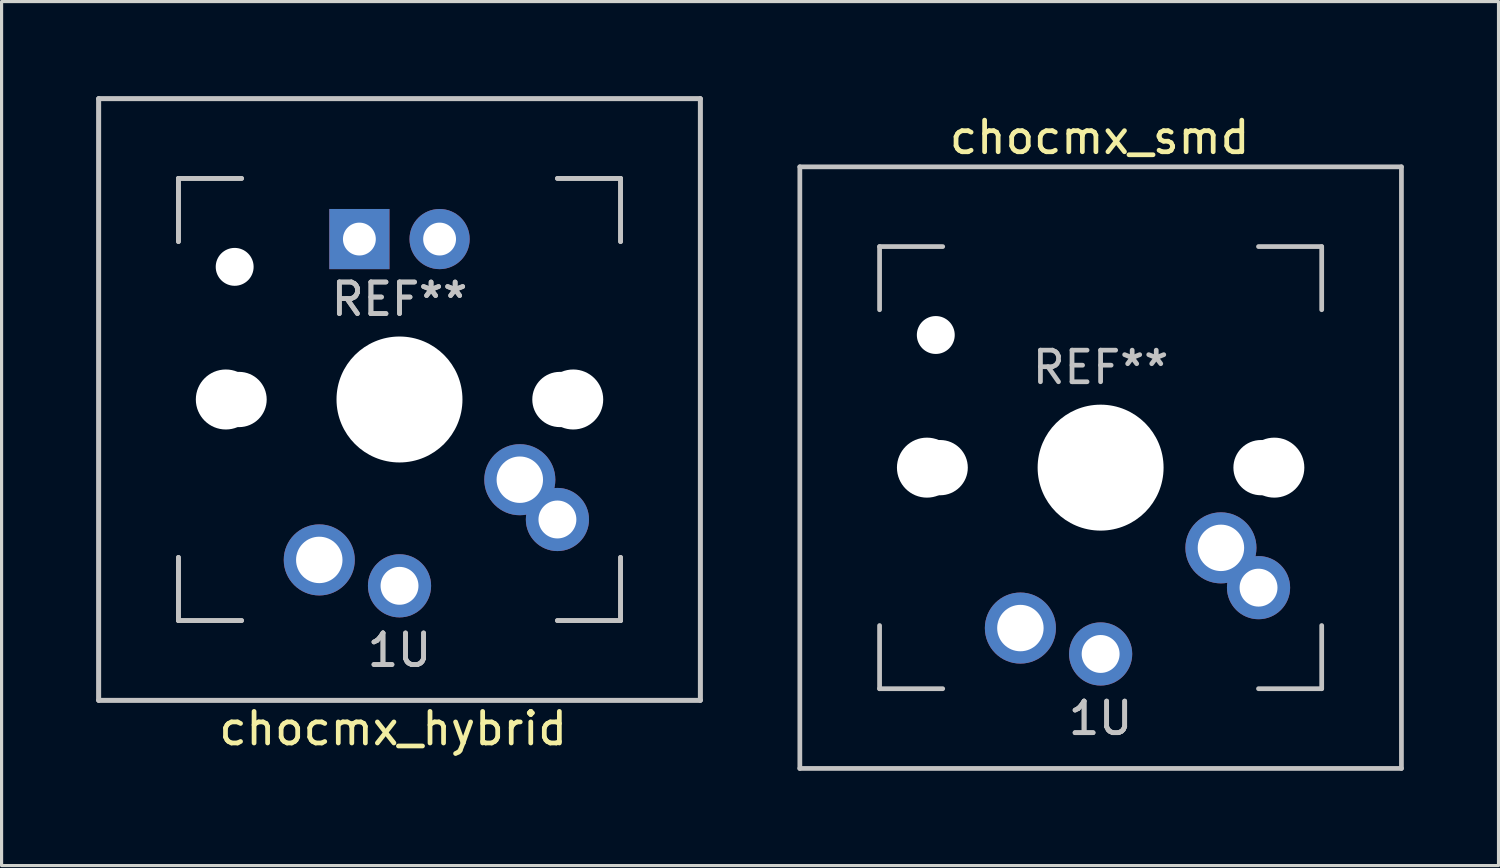
<source format=kicad_pcb>
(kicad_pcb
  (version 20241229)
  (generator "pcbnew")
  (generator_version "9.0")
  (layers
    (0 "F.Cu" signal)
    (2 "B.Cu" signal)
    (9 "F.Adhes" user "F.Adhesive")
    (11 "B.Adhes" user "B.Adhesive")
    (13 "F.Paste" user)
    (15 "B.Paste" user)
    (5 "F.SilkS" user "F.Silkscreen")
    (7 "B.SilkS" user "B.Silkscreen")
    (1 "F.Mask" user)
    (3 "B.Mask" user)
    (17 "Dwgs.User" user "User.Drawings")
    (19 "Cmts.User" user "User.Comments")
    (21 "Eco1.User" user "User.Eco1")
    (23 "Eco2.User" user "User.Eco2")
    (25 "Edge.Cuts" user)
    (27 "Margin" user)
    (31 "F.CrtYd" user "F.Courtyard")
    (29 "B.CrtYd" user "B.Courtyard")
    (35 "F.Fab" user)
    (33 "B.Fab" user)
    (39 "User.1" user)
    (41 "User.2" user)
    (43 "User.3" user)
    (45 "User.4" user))
  (footprint "chocmx_hybrid"
    (layer "F.Cu")
    (at 9.38 9.962)
    (property "Reference" "chocmx_hybrid" (at 0.02 10.06 180) (layer "F.SilkS") (effects (font (size 1 1) (thickness 0.15))))
    (attr through_hole)
    (fp_line (start -9.305 -9.887) (end 9.745 -9.887) (stroke (width 0.15) (type solid)) (layer "Dwgs.User"))
    (fp_line (start -9.305 9.163) (end -9.305 -9.887) (stroke (width 0.15) (type solid)) (layer "Dwgs.User"))
    (fp_line (start -9.304 -9.887) (end -9.304 9.163) (stroke (width 0.15) (type solid)) (layer "Dwgs.User"))
    (fp_line (start -9.304 9.163) (end 9.746 9.163) (stroke (width 0.15) (type solid)) (layer "Dwgs.User"))
    (fp_line (start -6.78 -7.362) (end -6.78 -5.362) (stroke (width 0.15) (type solid)) (layer "Dwgs.User"))
    (fp_line (start -6.78 6.638) (end -6.78 4.638) (stroke (width 0.15) (type solid)) (layer "Dwgs.User"))
    (fp_line (start -6.779 -7.362) (end -4.779 -7.362) (stroke (width 0.15) (type solid)) (layer "Dwgs.User"))
    (fp_line (start -6.779 -5.362) (end -6.779 -7.362) (stroke (width 0.15) (type solid)) (layer "Dwgs.User"))
    (fp_line (start -6.779 6.638) (end -6.779 4.638) (stroke (width 0.15) (type solid)) (layer "Dwgs.User"))
    (fp_line (start -4.78 -7.362) (end -6.78 -7.362) (stroke (width 0.15) (type solid)) (layer "Dwgs.User"))
    (fp_line (start -4.78 6.638) (end -6.78 6.638) (stroke (width 0.15) (type solid)) (layer "Dwgs.User"))
    (fp_line (start -4.779 6.638) (end -6.779 6.638) (stroke (width 0.15) (type solid)) (layer "Dwgs.User"))
    (fp_line (start 5.22 6.638) (end 7.22 6.638) (stroke (width 0.15) (type solid)) (layer "Dwgs.User"))
    (fp_line (start 5.221 -7.362) (end 7.221 -7.362) (stroke (width 0.15) (type solid)) (layer "Dwgs.User"))
    (fp_line (start 5.221 6.638) (end 7.221 6.638) (stroke (width 0.15) (type solid)) (layer "Dwgs.User"))
    (fp_line (start 7.22 -7.362) (end 5.22 -7.362) (stroke (width 0.15) (type solid)) (layer "Dwgs.User"))
    (fp_line (start 7.22 -5.362) (end 7.22 -7.362) (stroke (width 0.15) (type solid)) (layer "Dwgs.User"))
    (fp_line (start 7.22 6.638) (end 7.22 4.638) (stroke (width 0.15) (type solid)) (layer "Dwgs.User"))
    (fp_line (start 7.221 -7.362) (end 7.221 -5.362) (stroke (width 0.15) (type solid)) (layer "Dwgs.User"))
    (fp_line (start 7.221 6.638) (end 7.221 4.638) (stroke (width 0.15) (type solid)) (layer "Dwgs.User"))
    (fp_line (start 9.745 -9.887) (end 9.745 9.163) (stroke (width 0.15) (type solid)) (layer "Dwgs.User"))
    (fp_line (start 9.745 9.163) (end -9.305 9.163) (stroke (width 0.15) (type solid)) (layer "Dwgs.User"))
    (fp_line (start 9.746 -9.887) (end -9.304 -9.887) (stroke (width 0.15) (type solid)) (layer "Dwgs.User"))
    (fp_line (start 9.746 9.163) (end 9.746 -9.887) (stroke (width 0.15) (type solid)) (layer "Dwgs.User"))
    (fp_text user "REF**" (at 0.221 -3.537 180) (layer "Dwgs.User") (effects (font (size 1 1) (thickness 0.15))))
    (fp_text user "REF**" (at 0.22 -3.537 180) (layer "Dwgs.User") (effects (font (size 1 1) (thickness 0.15))))
    (fp_text user "1U" (at 0.22 7.576 180) (layer "Dwgs.User") (effects (font (size 1 1) (thickness 0.15))))
    (fp_text user "1U" (at 0.221 7.575 180) (layer "Dwgs.User") (effects (font (size 1 1) (thickness 0.15))))
    (pad "" np_thru_hole circle (at -5.279 -0.362 131.9) (size 1.9 1.9) (drill 1.9) (layers "*.Cu" "*.Mask"))
    (pad "" np_thru_hole circle (at -4.999 -4.562 180) (size 1.2 1.2) (drill 1.2) (layers "*.Cu" "*.Mask"))
    (pad "" np_thru_hole circle (at -4.86 -0.362 228.1) (size 1.75 1.75) (drill 1.75) (layers "*.Cu" "*.Mask"))
    (pad "" np_thru_hole circle (at 0.22 -0.362 180) (size 3.988 3.988) (drill 3.988) (layers "*.Cu" "*.Mask"))
    (pad "" np_thru_hole circle (at 5.3 -0.362 228.1) (size 1.75 1.75) (drill 1.75) (layers "*.Cu" "*.Mask"))
    (pad "" np_thru_hole circle (at 5.721 -0.362 131.9) (size 1.9 1.9) (drill 1.9) (layers "*.Cu" "*.Mask"))
    (pad "1" thru_hole circle (at 4.03 2.178 180) (size 2.25 2.25) (drill 1.47) (layers "*.Cu" "B.Mask"))
    (pad "1" thru_hole circle (at 5.221 3.438 180) (size 2 2) (drill 1.2) (layers "*.Cu" "B.Mask"))
    (pad "2" thru_hole circle (at -2.32 4.718 180) (size 2.25 2.25) (drill 1.47) (layers "*.Cu" "B.Mask"))
    (pad "2" thru_hole circle (at 0.221 5.538 180) (size 2 2) (drill 1.2) (layers "*.Cu" "B.Mask"))
    (pad "3" thru_hole circle (at 1.49 -5.442 180) (size 1.905 1.905) (drill 1.04) (layers "*.Cu" "B.Mask"))
    (pad "4" thru_hole rect (at -1.05 -5.442 180) (size 1.905 1.905) (drill 1.04) (layers "*.Cu" "B.Mask")))
  (footprint "chocmx_smd"
    (layer "F.Cu")
    (at 31.021 0.25)
    (property "Reference" "chocmx_smd" (at 0.75 1.05 0) (layer "F.SilkS") (effects (font (size 1 1) (thickness 0.15))))
    (attr through_hole)
    (fp_line (start -8.745 1.983) (end 10.305 1.983) (stroke (width 0.15) (type solid)) (layer "Dwgs.User"))
    (fp_line (start -8.744 1.983) (end -8.744 21.033) (stroke (width 0.15) (type solid)) (layer "Dwgs.User"))
    (fp_line (start -6.219 6.508) (end -6.219 4.508) (stroke (width 0.15) (type solid)) (layer "Dwgs.User"))
    (fp_line (start -6.219 18.508) (end -6.219 16.508) (stroke (width 0.15) (type solid)) (layer "Dwgs.User"))
    (fp_line (start -4.22 4.508) (end -6.22 4.508) (stroke (width 0.15) (type solid)) (layer "Dwgs.User"))
    (fp_line (start -4.22 18.508) (end -6.22 18.508) (stroke (width 0.15) (type solid)) (layer "Dwgs.User"))
    (fp_line (start 5.78 18.508) (end 7.78 18.508) (stroke (width 0.15) (type solid)) (layer "Dwgs.User"))
    (fp_line (start 7.78 4.508) (end 5.78 4.508) (stroke (width 0.15) (type solid)) (layer "Dwgs.User"))
    (fp_line (start 7.781 4.508) (end 7.781 6.508) (stroke (width 0.15) (type solid)) (layer "Dwgs.User"))
    (fp_line (start 7.781 18.508) (end 7.781 16.508) (stroke (width 0.15) (type solid)) (layer "Dwgs.User"))
    (fp_line (start 10.305 21.033) (end -8.745 21.033) (stroke (width 0.15) (type solid)) (layer "Dwgs.User"))
    (fp_line (start 10.306 21.033) (end 10.306 1.983) (stroke (width 0.15) (type solid)) (layer "Dwgs.User"))
    (fp_text user "1U" (at 0.78 19.446 180) (layer "Dwgs.User") (effects (font (size 1 1) (thickness 0.15))))
    (fp_text user "1U" (at 0.781 19.445 180) (layer "Dwgs.User") (effects (font (size 1 1) (thickness 0.15))))
    (fp_text user "REF**" (at 0.78 8.333 180) (layer "Dwgs.User") (effects (font (size 1 1) (thickness 0.15))))
    (pad "" np_thru_hole circle (at -4.719 11.508 131.9) (size 1.9 1.9) (drill 1.9) (layers "*.Cu" "*.Mask"))
    (pad "" np_thru_hole circle (at -4.439 7.308 180) (size 1.2 1.2) (drill 1.2) (layers "*.Cu" "*.Mask"))
    (pad "" np_thru_hole circle (at -4.3 11.508 228.1) (size 1.75 1.75) (drill 1.75) (layers "*.Cu" "*.Mask"))
    (pad "" np_thru_hole circle (at 0.78 11.508 180) (size 3.988 3.988) (drill 3.988) (layers "*.Cu" "*.Mask"))
    (pad "" np_thru_hole circle (at 5.86 11.508 228.1) (size 1.75 1.75) (drill 1.75) (layers "*.Cu" "*.Mask"))
    (pad "" np_thru_hole circle (at 6.281 11.508 131.9) (size 1.9 1.9) (drill 1.9) (layers "*.Cu" "*.Mask"))
    (pad "1" thru_hole circle (at 4.59 14.048 180) (size 2.25 2.25) (drill 1.47) (layers "*.Cu" "B.Mask"))
    (pad "1" thru_hole circle (at 5.781 15.308 180) (size 2 2) (drill 1.2) (layers "*.Cu" "B.Mask"))
    (pad "2" thru_hole circle (at -1.76 16.588 180) (size 2.25 2.25) (drill 1.47) (layers "*.Cu" "B.Mask"))
    (pad "2" thru_hole circle (at 0.781 17.408 180) (size 2 2) (drill 1.2) (layers "*.Cu" "B.Mask")))
  (gr_rect
    (start -3 -3)
    (end 44.401 24.358)
    (stroke (width 0.1) (type default))
    (fill no)
    (layer "Edge.Cuts")))
</source>
